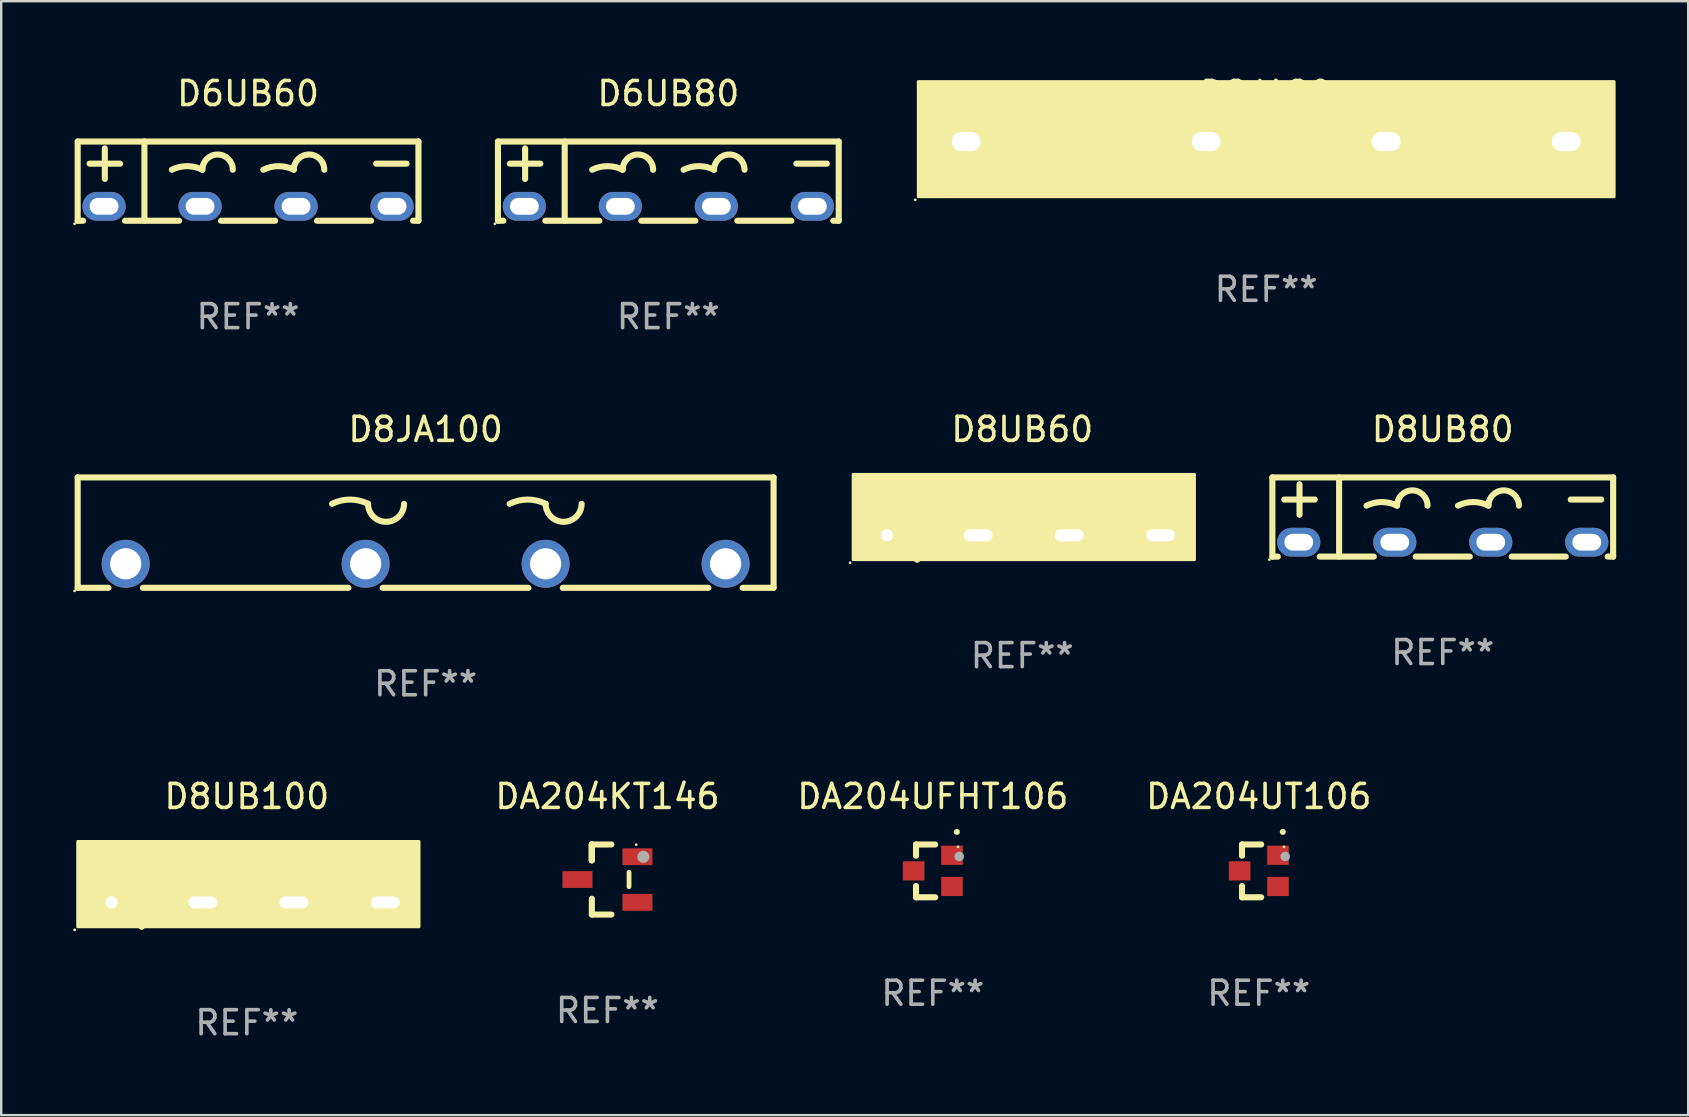
<source format=kicad_pcb>
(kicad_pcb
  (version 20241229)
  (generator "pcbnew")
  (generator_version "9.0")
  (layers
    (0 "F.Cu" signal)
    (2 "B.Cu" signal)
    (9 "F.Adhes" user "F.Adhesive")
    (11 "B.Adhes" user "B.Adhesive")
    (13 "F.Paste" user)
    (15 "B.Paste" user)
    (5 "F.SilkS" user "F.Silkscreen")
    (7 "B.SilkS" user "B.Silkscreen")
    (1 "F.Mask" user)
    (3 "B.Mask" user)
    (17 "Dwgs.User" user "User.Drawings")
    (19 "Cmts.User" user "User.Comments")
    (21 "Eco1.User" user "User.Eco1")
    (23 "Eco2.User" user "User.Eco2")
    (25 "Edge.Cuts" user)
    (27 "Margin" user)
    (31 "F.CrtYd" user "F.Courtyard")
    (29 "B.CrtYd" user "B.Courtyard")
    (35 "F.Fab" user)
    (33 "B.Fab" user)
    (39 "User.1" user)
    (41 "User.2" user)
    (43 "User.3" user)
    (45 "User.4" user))
  (footprint "D8UB80"
    (layer "F.Cu")
    (at 57.072 18.495)
    (property "Reference" "D8UB80" (at 0 -3.65 0) (layer "F.SilkS") (effects (font (size 1 1) (thickness 0.15))))
    (attr through_hole)
    (fp_line (start -7.1 -1.65) (end 7.1 -1.65) (stroke (width 0.254) (type solid)) (layer "F.SilkS"))
    (fp_line (start -7.1 1.65) (end -7.1 -1.65) (stroke (width 0.254) (type solid)) (layer "F.SilkS"))
    (fp_line (start -7.1 1.65) (end -6.874 1.65) (stroke (width 0.254) (type solid)) (layer "F.SilkS"))
    (fp_line (start -6.604 -0.728) (end -5.334 -0.728) (stroke (width 0.254) (type solid)) (layer "F.SilkS"))
    (fp_line (start -5.969 -0.093) (end -5.969 -1.363) (stroke (width 0.254) (type solid)) (layer "F.SilkS"))
    (fp_line (start -5.126 1.65) (end -2.874 1.65) (stroke (width 0.254) (type solid)) (layer "F.SilkS"))
    (fp_line (start -4.319 1.647) (end -4.319 -1.65) (stroke (width 0.254) (type solid)) (layer "F.SilkS"))
    (fp_line (start -1.126 1.65) (end 1.126 1.65) (stroke (width 0.254) (type solid)) (layer "F.SilkS"))
    (fp_line (start 2.874 1.65) (end 5.126 1.65) (stroke (width 0.254) (type solid)) (layer "F.SilkS"))
    (fp_line (start 5.334 -0.728) (end 6.604 -0.728) (stroke (width 0.254) (type solid)) (layer "F.SilkS"))
    (fp_line (start 6.874 1.65) (end 7.1 1.65) (stroke (width 0.254) (type solid)) (layer "F.SilkS"))
    (fp_line (start 7.1 -1.65) (end 7.1 1.65) (stroke (width 0.254) (type solid)) (layer "F.SilkS"))
    (fp_arc (start -3.175006 -0.473965) (mid -2.540005 -0.623868) (end -1.905003 -0.473965) (stroke (width 0.254001) (type solid)) (layer "F.SilkS"))
    (fp_arc (start -1.905005 -0.473965) (mid -1.270003 -1.108967) (end -0.635001 -0.473965) (stroke (width 0.254001) (type solid)) (layer "F.SilkS"))
    (fp_arc (start 0.635001 -0.473965) (mid 1.270003 -0.623869) (end 1.905004 -0.473965) (stroke (width 0.254001) (type solid)) (layer "F.SilkS"))
    (fp_arc (start 1.905004 -0.473965) (mid 2.540005 -1.108966) (end 3.175006 -0.473965) (stroke (width 0.254001) (type solid)) (layer "F.SilkS"))
    (fp_circle (center -7.227 1.777) (end -7.197 1.777) (stroke (width 0.06) (type solid)) (fill no) (layer "F.SilkS"))
    (fp_text user "REF**" (at 0 5.65 0) (layer "F.Fab") (effects (font (size 1 1) (thickness 0.15))))
    (pad "1" thru_hole oval (at -6 1.05) (size 1.8 1.2) (drill oval 1.2 0.7) (layers "*.Cu" "*.Mask"))
    (pad "2" thru_hole oval (at -2 1.05) (size 1.8 1.2) (drill oval 1.2 0.7) (layers "*.Cu" "*.Mask"))
    (pad "3" thru_hole oval (at 2 1.05) (size 1.8 1.2) (drill oval 1.2 0.7) (layers "*.Cu" "*.Mask"))
    (pad "4" thru_hole oval (at 6 1.05) (size 1.8 1.2) (drill oval 1.2 0.7) (layers "*.Cu" "*.Mask")))
  (footprint "DA204UT106"
    (layer "F.Cu")
    (at 49.406 33.241)
    (property "Reference" "DA204UT106" (at 0 -3.1 0) (layer "F.SilkS") (effects (font (size 1 1) (thickness 0.15))))
    (attr through_hole)
    (fp_line (start -0.7 -1.1) (end 0.1 -1.1) (stroke (width 0.254) (type solid)) (layer "F.SilkS"))
    (fp_line (start -0.7 -0.631) (end -0.7 -1.1) (stroke (width 0.254) (type solid)) (layer "F.SilkS"))
    (fp_line (start -0.7 1.1) (end -0.7 0.631) (stroke (width 0.254) (type solid)) (layer "F.SilkS"))
    (fp_line (start -0.7 1.1) (end 0.1 1.1) (stroke (width 0.254) (type solid)) (layer "F.SilkS"))
    (fp_arc (start 0.99873 -1.62446) (mid 1 -1.624466) (end 1.00127 -1.62446) (stroke (width 0.24892) (type solid)) (layer "F.SilkS"))
    (fp_circle (center 1.05 -1) (end 1.08 -1) (stroke (width 0.06) (type solid)) (fill no) (layer "F.SilkS"))
    (fp_circle (center 1.1 -0.6) (end 1.2 -0.6) (stroke (width 0.2) (type solid)) (fill no) (layer "F.Fab"))
    (fp_text user "REF**" (at 0 5.1 0) (layer "F.Fab") (effects (font (size 1 1) (thickness 0.15))))
    (pad "1" smd rect (at 0.8 -0.65 90) (size 0.8 0.9) (layers "F.Cu" "F.Mask" "F.Paste"))
    (pad "2" smd rect (at 0.8 0.65 90) (size 0.8 0.9) (layers "F.Cu" "F.Mask" "F.Paste"))
    (pad "3" smd rect (at -0.8 0 90) (size 0.8 0.9) (layers "F.Cu" "F.Mask" "F.Paste")))
  (footprint "D8UB100"
    (layer "F.Cu")
    (at 7.236 33.856)
    (property "Reference" "D8UB100" (at 0 -3.715 0) (layer "F.SilkS") (effects (font (size 1 1) (thickness 0.15))))
    (attr through_hole)
    (fp_line (start -6.668 -0.826) (end -4.89 -0.826) (stroke (width 0.254) (type solid)) (layer "F.SilkS"))
    (fp_line (start -5.779 -1.588) (end -5.779 -0.064) (stroke (width 0.254) (type solid)) (layer "F.SilkS"))
    (fp_line (start -4.382 -1.715) (end -4.382 1.715) (stroke (width 0.254) (type solid)) (layer "F.SilkS"))
    (fp_line (start 4.89 -0.699) (end 6.668 -0.699) (stroke (width 0.254) (type solid)) (layer "F.SilkS"))
    (fp_arc (start -2.984544 -0.793777) (mid -2.413043 -0.92869) (end -1.841542 -0.793777) (stroke (width 0.254001) (type solid)) (layer "F.SilkS"))
    (fp_arc (start -0.698539 -0.857277) (mid -1.270041 -0.285775) (end -1.841543 -0.857277) (stroke (width 0.254001) (type solid)) (layer "F.SilkS"))
    (fp_arc (start 0.698463 -0.793777) (mid 1.269964 -0.92869) (end 1.841465 -0.793777) (stroke (width 0.254001) (type solid)) (layer "F.SilkS"))
    (fp_arc (start 2.984468 -0.857277) (mid 2.412967 -0.285776) (end 1.841466 -0.857277) (stroke (width 0.254001) (type solid)) (layer "F.SilkS"))
    (fp_circle (center -7.176 1.842) (end -7.146 1.842) (stroke (width 0.06) (type solid)) (fill no) (layer "F.SilkS"))
    (fp_poly (pts (xy -7.049 -1.842) (xy 7.176 -1.842) (xy 7.176 1.715) (xy -7.049 1.715)) (stroke (width 0.12) (type solid)) (fill yes) (layer "F.SilkS"))
    (fp_text user "REF**" (at 0 5.715 0) (layer "F.Fab") (effects (font (size 1 1) (thickness 0.15))))
    (pad "1" thru_hole rect (at -5.637 0.699) (size 2 1) (drill 0.5) (layers "*.Cu" "*.Mask"))
    (pad "2" thru_hole oval (at -1.836 0.699) (size 2 1) (drill oval 1.2 0.5) (layers "*.Cu" "*.Mask"))
    (pad "3" thru_hole oval (at 1.963 0.699) (size 2 1) (drill oval 1.2 0.5) (layers "*.Cu" "*.Mask"))
    (pad "4" thru_hole oval (at 5.764 0.699) (size 2 1) (drill oval 1.2 0.5) (layers "*.Cu" "*.Mask")))
  (footprint "D6UB80"
    (layer "F.Cu")
    (at 24.801 4.498)
    (property "Reference" "D6UB80" (at 0 -3.65 0) (layer "F.SilkS") (effects (font (size 1 1) (thickness 0.15))))
    (attr through_hole)
    (fp_line (start -7.1 -1.65) (end 7.1 -1.65) (stroke (width 0.254) (type solid)) (layer "F.SilkS"))
    (fp_line (start -7.1 1.65) (end -7.1 -1.65) (stroke (width 0.254) (type solid)) (layer "F.SilkS"))
    (fp_line (start -7.1 1.65) (end -6.874 1.65) (stroke (width 0.254) (type solid)) (layer "F.SilkS"))
    (fp_line (start -6.604 -0.728) (end -5.334 -0.728) (stroke (width 0.254) (type solid)) (layer "F.SilkS"))
    (fp_line (start -5.969 -0.093) (end -5.969 -1.363) (stroke (width 0.254) (type solid)) (layer "F.SilkS"))
    (fp_line (start -5.126 1.65) (end -2.874 1.65) (stroke (width 0.254) (type solid)) (layer "F.SilkS"))
    (fp_line (start -4.319 1.647) (end -4.319 -1.65) (stroke (width 0.254) (type solid)) (layer "F.SilkS"))
    (fp_line (start -1.126 1.65) (end 1.126 1.65) (stroke (width 0.254) (type solid)) (layer "F.SilkS"))
    (fp_line (start 2.874 1.65) (end 5.126 1.65) (stroke (width 0.254) (type solid)) (layer "F.SilkS"))
    (fp_line (start 5.334 -0.728) (end 6.604 -0.728) (stroke (width 0.254) (type solid)) (layer "F.SilkS"))
    (fp_line (start 6.874 1.65) (end 7.1 1.65) (stroke (width 0.254) (type solid)) (layer "F.SilkS"))
    (fp_line (start 7.1 -1.65) (end 7.1 1.65) (stroke (width 0.254) (type solid)) (layer "F.SilkS"))
    (fp_arc (start -3.175006 -0.473965) (mid -2.540005 -0.623868) (end -1.905003 -0.473965) (stroke (width 0.254001) (type solid)) (layer "F.SilkS"))
    (fp_arc (start -1.905005 -0.473965) (mid -1.270003 -1.108967) (end -0.635001 -0.473965) (stroke (width 0.254001) (type solid)) (layer "F.SilkS"))
    (fp_arc (start 0.635001 -0.473965) (mid 1.270003 -0.623869) (end 1.905004 -0.473965) (stroke (width 0.254001) (type solid)) (layer "F.SilkS"))
    (fp_arc (start 1.905004 -0.473965) (mid 2.540005 -1.108966) (end 3.175006 -0.473965) (stroke (width 0.254001) (type solid)) (layer "F.SilkS"))
    (fp_circle (center -7.227 1.777) (end -7.197 1.777) (stroke (width 0.06) (type solid)) (fill no) (layer "F.SilkS"))
    (fp_text user "REF**" (at 0 5.65 0) (layer "F.Fab") (effects (font (size 1 1) (thickness 0.15))))
    (pad "1" thru_hole oval (at -6 1.05) (size 1.8 1.2) (drill oval 1.2 0.7) (layers "*.Cu" "*.Mask"))
    (pad "2" thru_hole oval (at -2 1.05) (size 1.8 1.2) (drill oval 1.2 0.7) (layers "*.Cu" "*.Mask"))
    (pad "3" thru_hole oval (at 2 1.05) (size 1.8 1.2) (drill oval 1.2 0.7) (layers "*.Cu" "*.Mask"))
    (pad "4" thru_hole oval (at 6 1.05) (size 1.8 1.2) (drill oval 1.2 0.7) (layers "*.Cu" "*.Mask")))
  (footprint "DA204KT146"
    (layer "F.Cu")
    (at 22.263 33.601)
    (property "Reference" "DA204KT146" (at 0 -3.46 0) (layer "F.SilkS") (effects (font (size 1 1) (thickness 0.15))))
    (attr through_hole)
    (fp_line (start -0.65 -1.46) (end -0.65 -0.8) (stroke (width 0.254) (type solid)) (layer "F.SilkS"))
    (fp_line (start -0.65 -1.46) (end 0.165 -1.46) (stroke (width 0.254) (type solid)) (layer "F.SilkS"))
    (fp_line (start -0.65 -0.8) (end -0.65 -1.46) (stroke (width 0.254) (type solid)) (layer "F.SilkS"))
    (fp_line (start -0.65 -0.8) (end -0.65 -1.46) (stroke (width 0.254) (type solid)) (layer "F.SilkS"))
    (fp_line (start -0.65 1.46) (end -0.65 0.8) (stroke (width 0.254) (type solid)) (layer "F.SilkS"))
    (fp_line (start 0.165 1.46) (end -0.65 1.46) (stroke (width 0.254) (type solid)) (layer "F.SilkS"))
    (fp_line (start 0.9 0.3) (end 0.9 -0.3) (stroke (width 0.2) (type solid)) (layer "F.SilkS"))
    (fp_circle (center 1.2 -1.45) (end 1.23 -1.45) (stroke (width 0.06) (type solid)) (fill no) (layer "F.SilkS"))
    (fp_circle (center 1.496 -0.945) (end 1.623 -0.945) (stroke (width 0.254) (type solid)) (fill no) (layer "F.Fab"))
    (fp_text user "REF**" (at 0 5.46 0) (layer "F.Fab") (effects (font (size 1 1) (thickness 0.15))))
    (pad "1" smd rect (at 1.25 -0.95 270) (size 0.7 1.25) (layers "F.Cu" "F.Mask" "F.Paste"))
    (pad "2" smd rect (at 1.25 0.95 270) (size 0.7 1.25) (layers "F.Cu" "F.Mask" "F.Paste"))
    (pad "3" smd rect (at -1.25 0 270) (size 0.7 1.25) (layers "F.Cu" "F.Mask" "F.Paste")))
  (footprint "D6UB60"
    (layer "F.Cu")
    (at 7.287 4.498)
    (property "Reference" "D6UB60" (at 0 -3.65 0) (layer "F.SilkS") (effects (font (size 1 1) (thickness 0.15))))
    (attr through_hole)
    (fp_line (start -7.1 -1.65) (end 7.1 -1.65) (stroke (width 0.254) (type solid)) (layer "F.SilkS"))
    (fp_line (start -7.1 1.65) (end -7.1 -1.65) (stroke (width 0.254) (type solid)) (layer "F.SilkS"))
    (fp_line (start -7.1 1.65) (end -6.874 1.65) (stroke (width 0.254) (type solid)) (layer "F.SilkS"))
    (fp_line (start -6.604 -0.728) (end -5.334 -0.728) (stroke (width 0.254) (type solid)) (layer "F.SilkS"))
    (fp_line (start -5.969 -0.093) (end -5.969 -1.363) (stroke (width 0.254) (type solid)) (layer "F.SilkS"))
    (fp_line (start -5.126 1.65) (end -2.874 1.65) (stroke (width 0.254) (type solid)) (layer "F.SilkS"))
    (fp_line (start -4.319 1.647) (end -4.319 -1.65) (stroke (width 0.254) (type solid)) (layer "F.SilkS"))
    (fp_line (start -1.126 1.65) (end 1.126 1.65) (stroke (width 0.254) (type solid)) (layer "F.SilkS"))
    (fp_line (start 2.874 1.65) (end 5.126 1.65) (stroke (width 0.254) (type solid)) (layer "F.SilkS"))
    (fp_line (start 5.334 -0.728) (end 6.604 -0.728) (stroke (width 0.254) (type solid)) (layer "F.SilkS"))
    (fp_line (start 6.874 1.65) (end 7.1 1.65) (stroke (width 0.254) (type solid)) (layer "F.SilkS"))
    (fp_line (start 7.1 -1.65) (end 7.1 1.65) (stroke (width 0.254) (type solid)) (layer "F.SilkS"))
    (fp_arc (start -3.175006 -0.473965) (mid -2.540005 -0.623868) (end -1.905003 -0.473965) (stroke (width 0.254001) (type solid)) (layer "F.SilkS"))
    (fp_arc (start -1.905005 -0.473965) (mid -1.270003 -1.108967) (end -0.635001 -0.473965) (stroke (width 0.254001) (type solid)) (layer "F.SilkS"))
    (fp_arc (start 0.635001 -0.473965) (mid 1.270003 -0.623869) (end 1.905004 -0.473965) (stroke (width 0.254001) (type solid)) (layer "F.SilkS"))
    (fp_arc (start 1.905004 -0.473965) (mid 2.540005 -1.108966) (end 3.175006 -0.473965) (stroke (width 0.254001) (type solid)) (layer "F.SilkS"))
    (fp_circle (center -7.227 1.777) (end -7.197 1.777) (stroke (width 0.06) (type solid)) (fill no) (layer "F.SilkS"))
    (fp_text user "REF**" (at 0 5.65 0) (layer "F.Fab") (effects (font (size 1 1) (thickness 0.15))))
    (pad "1" thru_hole oval (at -6 1.05) (size 1.8 1.2) (drill oval 1.2 0.7) (layers "*.Cu" "*.Mask"))
    (pad "2" thru_hole oval (at -2 1.05) (size 1.8 1.2) (drill oval 1.2 0.7) (layers "*.Cu" "*.Mask"))
    (pad "3" thru_hole oval (at 2 1.05) (size 1.8 1.2) (drill oval 1.2 0.7) (layers "*.Cu" "*.Mask"))
    (pad "4" thru_hole oval (at 6 1.05) (size 1.8 1.2) (drill oval 1.2 0.7) (layers "*.Cu" "*.Mask")))
  (footprint "D8JA80"
    (layer "F.Cu")
    (at 49.715 3.928)
    (property "Reference" "D8JA80" (at 0 -3.08 0) (layer "F.SilkS") (effects (font (size 1 1) (thickness 0.15))))
    (attr through_hole)
    (fp_line (start -13.081 0.445) (end -11.938 0.445) (stroke (width 0.254) (type solid)) (layer "F.SilkS"))
    (fp_line (start -12.509 1.08) (end -12.509 -0.064) (stroke (width 0.254) (type solid)) (layer "F.SilkS"))
    (fp_line (start 11.938 0.699) (end 13.081 0.699) (stroke (width 0.254) (type solid)) (layer "F.SilkS"))
    (fp_arc (start -3.365469 0.666751) (mid -2.920968 0.561819) (end -2.476467 0.666751) (stroke (width 0.254001) (type solid)) (layer "F.SilkS"))
    (fp_arc (start -1.58744 0.698501) (mid -2.031941 1.143002) (end -2.476442 0.698501) (stroke (width 0.254001) (type solid)) (layer "F.SilkS"))
    (fp_arc (start 4.000572 0.571501) (mid 4.445073 0.466569) (end 4.889574 0.571502) (stroke (width 0.254001) (type solid)) (layer "F.SilkS"))
    (fp_arc (start 4.8896 0.603251) (mid 5.3341 0.158751) (end 5.7786 0.603251) (stroke (width 0.254001) (type solid)) (layer "F.SilkS"))
    (fp_circle (center -14.627 1.348) (end -14.597 1.348) (stroke (width 0.06) (type solid)) (fill no) (layer "F.SilkS"))
    (fp_poly (pts (xy -14.5 -3.579) (xy 14.5 -3.579) (xy 14.5 1.221) (xy -14.5 1.221)) (stroke (width 0.12) (type solid)) (fill yes) (layer "F.SilkS"))
    (fp_text user "REF**" (at 0 5.08 0) (layer "F.Fab") (effects (font (size 1 1) (thickness 0.15))))
    (pad "1" thru_hole oval (at -12.5 -1.08) (size 2 1.4) (drill oval 1.2 0.8) (layers "*.Cu" "*.Mask"))
    (pad "2" thru_hole oval (at -2.5 -1.08) (size 2 1.4) (drill oval 1.2 0.8) (layers "*.Cu" "*.Mask"))
    (pad "3" thru_hole oval (at 5 -1.08) (size 2 1.4) (drill oval 1.2 0.8) (layers "*.Cu" "*.Mask"))
    (pad "4" thru_hole oval (at 12.5 -1.08) (size 2 1.4) (drill oval 1.2 0.8) (layers "*.Cu" "*.Mask")))
  (footprint "D8JA100"
    (layer "F.Cu")
    (at 14.687 19.145)
    (property "Reference" "D8JA100" (at 0 -4.3 0) (layer "F.SilkS") (effects (font (size 1 1) (thickness 0.15))))
    (attr through_hole)
    (fp_line (start -14.5 2.3) (end -13.216 2.3) (stroke (width 0.254) (type solid)) (layer "F.SilkS"))
    (fp_line (start -14.5 -2.3) (end -14.5 2.3) (stroke (width 0.254) (type solid)) (layer "F.SilkS"))
    (fp_line (start -14.5 -2.3) (end 14.5 -2.3) (stroke (width 0.254) (type solid)) (layer "F.SilkS"))
    (fp_line (start -11.784 2.3) (end -3.216 2.3) (stroke (width 0.254) (type solid)) (layer "F.SilkS"))
    (fp_line (start -1.784 2.3) (end 4.284 2.3) (stroke (width 0.254) (type solid)) (layer "F.SilkS"))
    (fp_line (start 5.716 2.3) (end 11.784 2.3) (stroke (width 0.254) (type solid)) (layer "F.SilkS"))
    (fp_line (start 13.216 2.3) (end 14.5 2.3) (stroke (width 0.254) (type solid)) (layer "F.SilkS"))
    (fp_line (start 14.5 -2.3) (end 14.5 2.3) (stroke (width 0.254) (type solid)) (layer "F.SilkS"))
    (fp_arc (start -3.900038 -1.200025) (mid -3.150025 -1.377079) (end -2.400013 -1.200025) (stroke (width 0.254001) (type solid)) (layer "F.SilkS"))
    (fp_arc (start -0.899987 -1.200025) (mid -1.65 -0.450012) (end -2.400013 -1.200025) (stroke (width 0.254001) (type solid)) (layer "F.SilkS"))
    (fp_arc (start 3.499987 -1.200025) (mid 4.25 -1.377079) (end 5.000012 -1.200025) (stroke (width 0.254001) (type solid)) (layer "F.SilkS"))
    (fp_arc (start 6.500038 -1.200025) (mid 5.750025 -0.450012) (end 5.000012 -1.200025) (stroke (width 0.254001) (type solid)) (layer "F.SilkS"))
    (fp_circle (center -14.627 2.427) (end -14.597 2.427) (stroke (width 0.06) (type solid)) (fill no) (layer "F.SilkS"))
    (fp_text user "+" (at -13.3 -0.1 0) (layer "B.Mask") (effects (font (size 1 1) (thickness 0.15))))
    (fp_text user "-" (at 11.6 -0.2 0) (layer "B.Mask") (effects (font (size 1 1) (thickness 0.15))))
    (fp_text user "REF**" (at 0 6.3 0) (layer "F.Fab") (effects (font (size 1 1) (thickness 0.15))))
    (pad "1" thru_hole circle (at -12.5 1.3) (size 2 2) (drill 1.3) (layers "*.Cu" "*.Mask"))
    (pad "2" thru_hole circle (at -2.5 1.3) (size 2 2) (drill 1.3) (layers "*.Cu" "*.Mask"))
    (pad "3" thru_hole circle (at 5 1.3) (size 2 2) (drill 1.3) (layers "*.Cu" "*.Mask"))
    (pad "4" thru_hole circle (at 12.5 1.3) (size 2 2) (drill 1.3) (layers "*.Cu" "*.Mask")))
  (footprint "D8UB60"
    (layer "F.Cu")
    (at 39.55 18.559)
    (property "Reference" "D8UB60" (at 0 -3.715 0) (layer "F.SilkS") (effects (font (size 1 1) (thickness 0.15))))
    (attr through_hole)
    (fp_line (start -6.668 -0.826) (end -4.89 -0.826) (stroke (width 0.254) (type solid)) (layer "F.SilkS"))
    (fp_line (start -5.779 -1.588) (end -5.779 -0.064) (stroke (width 0.254) (type solid)) (layer "F.SilkS"))
    (fp_line (start -4.382 -1.715) (end -4.382 1.715) (stroke (width 0.254) (type solid)) (layer "F.SilkS"))
    (fp_line (start 4.89 -0.699) (end 6.668 -0.699) (stroke (width 0.254) (type solid)) (layer "F.SilkS"))
    (fp_arc (start -2.984544 -0.793777) (mid -2.413043 -0.92869) (end -1.841542 -0.793777) (stroke (width 0.254001) (type solid)) (layer "F.SilkS"))
    (fp_arc (start -0.698539 -0.857277) (mid -1.270041 -0.285775) (end -1.841543 -0.857277) (stroke (width 0.254001) (type solid)) (layer "F.SilkS"))
    (fp_arc (start 0.698463 -0.793777) (mid 1.269964 -0.92869) (end 1.841465 -0.793777) (stroke (width 0.254001) (type solid)) (layer "F.SilkS"))
    (fp_arc (start 2.984468 -0.857277) (mid 2.412967 -0.285776) (end 1.841466 -0.857277) (stroke (width 0.254001) (type solid)) (layer "F.SilkS"))
    (fp_circle (center -7.176 1.842) (end -7.146 1.842) (stroke (width 0.06) (type solid)) (fill no) (layer "F.SilkS"))
    (fp_poly (pts (xy -7.049 -1.842) (xy 7.176 -1.842) (xy 7.176 1.715) (xy -7.049 1.715)) (stroke (width 0.12) (type solid)) (fill yes) (layer "F.SilkS"))
    (fp_text user "REF**" (at 0 5.715 0) (layer "F.Fab") (effects (font (size 1 1) (thickness 0.15))))
    (pad "1" thru_hole rect (at -5.637 0.699) (size 2 1) (drill 0.5) (layers "*.Cu" "*.Mask"))
    (pad "2" thru_hole oval (at -1.836 0.699) (size 2 1) (drill oval 1.2 0.5) (layers "*.Cu" "*.Mask"))
    (pad "3" thru_hole oval (at 1.963 0.699) (size 2 1) (drill oval 1.2 0.5) (layers "*.Cu" "*.Mask"))
    (pad "4" thru_hole oval (at 5.764 0.699) (size 2 1) (drill oval 1.2 0.5) (layers "*.Cu" "*.Mask")))
  (footprint "DA204UFHT106"
    (layer "F.Cu")
    (at 35.822 33.241)
    (property "Reference" "DA204UFHT106" (at 0 -3.1 0) (layer "F.SilkS") (effects (font (size 1 1) (thickness 0.15))))
    (attr through_hole)
    (fp_line (start -0.7 -1.1) (end 0.1 -1.1) (stroke (width 0.254) (type solid)) (layer "F.SilkS"))
    (fp_line (start -0.7 -0.631) (end -0.7 -1.1) (stroke (width 0.254) (type solid)) (layer "F.SilkS"))
    (fp_line (start -0.7 1.1) (end -0.7 0.631) (stroke (width 0.254) (type solid)) (layer "F.SilkS"))
    (fp_line (start -0.7 1.1) (end 0.1 1.1) (stroke (width 0.254) (type solid)) (layer "F.SilkS"))
    (fp_arc (start 0.99873 -1.62446) (mid 1 -1.624466) (end 1.00127 -1.62446) (stroke (width 0.24892) (type solid)) (layer "F.SilkS"))
    (fp_circle (center 1.05 -1) (end 1.08 -1) (stroke (width 0.06) (type solid)) (fill no) (layer "F.SilkS"))
    (fp_circle (center 1.1 -0.6) (end 1.2 -0.6) (stroke (width 0.2) (type solid)) (fill no) (layer "F.Fab"))
    (fp_text user "REF**" (at 0 5.1 0) (layer "F.Fab") (effects (font (size 1 1) (thickness 0.15))))
    (pad "1" smd rect (at 0.8 -0.65 90) (size 0.8 0.9) (layers "F.Cu" "F.Mask" "F.Paste"))
    (pad "2" smd rect (at 0.8 0.65 90) (size 0.8 0.9) (layers "F.Cu" "F.Mask" "F.Paste"))
    (pad "3" smd rect (at -0.8 0 90) (size 0.8 0.9) (layers "F.Cu" "F.Mask" "F.Paste")))
  (gr_rect
    (start -3 -3)
    (end 67.299 43.419)
    (stroke (width 0.1) (type default))
    (fill no)
    (layer "Edge.Cuts")))
</source>
